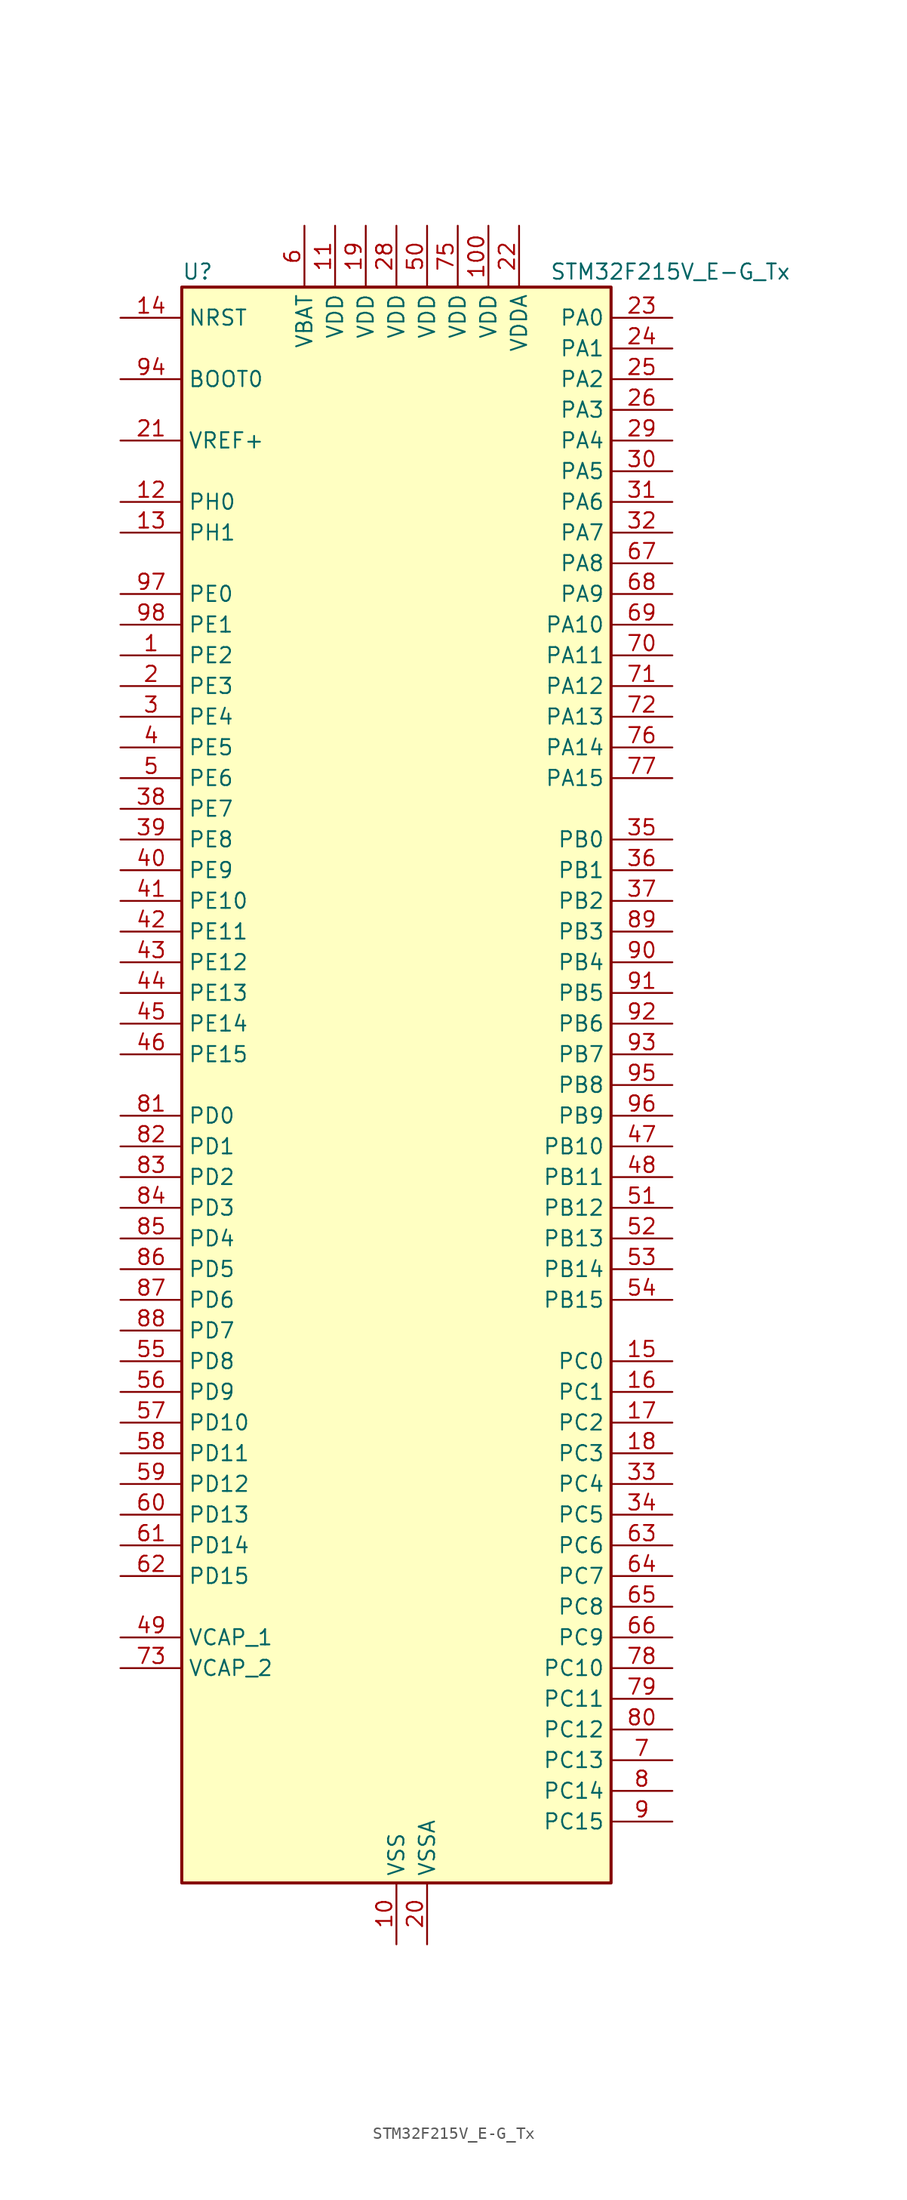
<source format=kicad_sym>
(kicad_symbol_lib
  (version 20231120)
  (generator "kicad_symbol_editor")
  (generator_version "8.0")
  (symbol "STM32F215V_E-G_Tx"
    (property "Reference" "U"
      (at -17.78 67.31 0)
      (effects (font (size 1.27 1.27)) (justify left)))
    (property "Value" "STM32F215V_E-G_Tx"
      (at 12.7 67.31 0)
      (effects (font (size 1.27 1.27)) (justify left)))
    (property "ki_locked" ""
      (at 0 0 0)
      (effects (font (size 1.27 1.27))))
    (symbol "STM32F215V_E-G_Tx_0_1"
      (rectangle (start -17.78 -66.04) (end 17.78 66.04) (stroke (width 0.254) (type default)) (fill (type background))))
    (symbol "STM32F215V_E-G_Tx_1_1"
      (pin bidirectional line (at -22.86 35.56 0) (length 5.08) (name "PE2" (effects (font (size 1.27 1.27)))) (number "1" (effects (font (size 1.27 1.27)))) (alternate "FSMC_A23" bidirectional line) (alternate "SYS_TRACECLK" bidirectional line))
      (pin power_in line (at 0 -71.12 90) (length 5.08) (name "VSS" (effects (font (size 1.27 1.27)))) (number "10" (effects (font (size 1.27 1.27)))))
      (pin power_in line (at 7.62 71.12 270) (length 5.08) (name "VDD" (effects (font (size 1.27 1.27)))) (number "100" (effects (font (size 1.27 1.27)))))
      (pin power_in line (at -5.08 71.12 270) (length 5.08) (name "VDD" (effects (font (size 1.27 1.27)))) (number "11" (effects (font (size 1.27 1.27)))))
      (pin bidirectional line (at -22.86 48.26 0) (length 5.08) (name "PH0" (effects (font (size 1.27 1.27)))) (number "12" (effects (font (size 1.27 1.27)))) (alternate "RCC_OSC_IN" bidirectional line))
      (pin bidirectional line (at -22.86 45.72 0) (length 5.08) (name "PH1" (effects (font (size 1.27 1.27)))) (number "13" (effects (font (size 1.27 1.27)))) (alternate "RCC_OSC_OUT" bidirectional line))
      (pin input line (at -22.86 63.5 0) (length 5.08) (name "NRST" (effects (font (size 1.27 1.27)))) (number "14" (effects (font (size 1.27 1.27)))))
      (pin bidirectional line (at 22.86 -22.86 180) (length 5.08) (name "PC0" (effects (font (size 1.27 1.27)))) (number "15" (effects (font (size 1.27 1.27)))) (alternate "ADC1_IN10" bidirectional line) (alternate "ADC2_IN10" bidirectional line) (alternate "ADC3_IN10" bidirectional line) (alternate "USB_OTG_HS_ULPI_STP" bidirectional line))
      (pin bidirectional line (at 22.86 -25.4 180) (length 5.08) (name "PC1" (effects (font (size 1.27 1.27)))) (number "16" (effects (font (size 1.27 1.27)))) (alternate "ADC1_IN11" bidirectional line) (alternate "ADC2_IN11" bidirectional line) (alternate "ADC3_IN11" bidirectional line))
      (pin bidirectional line (at 22.86 -27.94 180) (length 5.08) (name "PC2" (effects (font (size 1.27 1.27)))) (number "17" (effects (font (size 1.27 1.27)))) (alternate "ADC1_IN12" bidirectional line) (alternate "ADC2_IN12" bidirectional line) (alternate "ADC3_IN12" bidirectional line) (alternate "SPI2_MISO" bidirectional line) (alternate "USB_OTG_HS_ULPI_DIR" bidirectional line))
      (pin bidirectional line (at 22.86 -30.48 180) (length 5.08) (name "PC3" (effects (font (size 1.27 1.27)))) (number "18" (effects (font (size 1.27 1.27)))) (alternate "ADC1_IN13" bidirectional line) (alternate "ADC2_IN13" bidirectional line) (alternate "ADC3_IN13" bidirectional line) (alternate "I2S2_SD" bidirectional line) (alternate "SPI2_MOSI" bidirectional line) (alternate "USB_OTG_HS_ULPI_NXT" bidirectional line))
      (pin power_in line (at -2.54 71.12 270) (length 5.08) (name "VDD" (effects (font (size 1.27 1.27)))) (number "19" (effects (font (size 1.27 1.27)))))
      (pin bidirectional line (at -22.86 33.02 0) (length 5.08) (name "PE3" (effects (font (size 1.27 1.27)))) (number "2" (effects (font (size 1.27 1.27)))) (alternate "FSMC_A19" bidirectional line) (alternate "SYS_TRACED0" bidirectional line))
      (pin power_in line (at 2.54 -71.12 90) (length 5.08) (name "VSSA" (effects (font (size 1.27 1.27)))) (number "20" (effects (font (size 1.27 1.27)))))
      (pin input line (at -22.86 53.34 0) (length 5.08) (name "VREF+" (effects (font (size 1.27 1.27)))) (number "21" (effects (font (size 1.27 1.27)))))
      (pin power_in line (at 10.16 71.12 270) (length 5.08) (name "VDDA" (effects (font (size 1.27 1.27)))) (number "22" (effects (font (size 1.27 1.27)))))
      (pin bidirectional line (at 22.86 63.5 180) (length 5.08) (name "PA0" (effects (font (size 1.27 1.27)))) (number "23" (effects (font (size 1.27 1.27)))) (alternate "ADC1_IN0" bidirectional line) (alternate "ADC2_IN0" bidirectional line) (alternate "ADC3_IN0" bidirectional line) (alternate "SYS_WKUP" bidirectional line) (alternate "TIM2_CH1" bidirectional line) (alternate "TIM2_ETR" bidirectional line) (alternate "TIM5_CH1" bidirectional line) (alternate "TIM8_ETR" bidirectional line) (alternate "UART4_TX" bidirectional line) (alternate "USART2_CTS" bidirectional line))
      (pin bidirectional line (at 22.86 60.96 180) (length 5.08) (name "PA1" (effects (font (size 1.27 1.27)))) (number "24" (effects (font (size 1.27 1.27)))) (alternate "ADC1_IN1" bidirectional line) (alternate "ADC2_IN1" bidirectional line) (alternate "ADC3_IN1" bidirectional line) (alternate "TIM2_CH2" bidirectional line) (alternate "TIM5_CH2" bidirectional line) (alternate "UART4_RX" bidirectional line) (alternate "USART2_RTS" bidirectional line))
      (pin bidirectional line (at 22.86 58.42 180) (length 5.08) (name "PA2" (effects (font (size 1.27 1.27)))) (number "25" (effects (font (size 1.27 1.27)))) (alternate "ADC1_IN2" bidirectional line) (alternate "ADC2_IN2" bidirectional line) (alternate "ADC3_IN2" bidirectional line) (alternate "TIM2_CH3" bidirectional line) (alternate "TIM5_CH3" bidirectional line) (alternate "TIM9_CH1" bidirectional line) (alternate "USART2_TX" bidirectional line))
      (pin bidirectional line (at 22.86 55.88 180) (length 5.08) (name "PA3" (effects (font (size 1.27 1.27)))) (number "26" (effects (font (size 1.27 1.27)))) (alternate "ADC1_IN3" bidirectional line) (alternate "ADC2_IN3" bidirectional line) (alternate "ADC3_IN3" bidirectional line) (alternate "TIM2_CH4" bidirectional line) (alternate "TIM5_CH4" bidirectional line) (alternate "TIM9_CH2" bidirectional line) (alternate "USART2_RX" bidirectional line) (alternate "USB_OTG_HS_ULPI_D0" bidirectional line))
      (pin passive line (at 0 -71.12 90) (length 5.08) hide (name "VSS" (effects (font (size 1.27 1.27)))) (number "27" (effects (font (size 1.27 1.27)))))
      (pin power_in line (at 0 71.12 270) (length 5.08) (name "VDD" (effects (font (size 1.27 1.27)))) (number "28" (effects (font (size 1.27 1.27)))))
      (pin bidirectional line (at 22.86 53.34 180) (length 5.08) (name "PA4" (effects (font (size 1.27 1.27)))) (number "29" (effects (font (size 1.27 1.27)))) (alternate "ADC1_IN4" bidirectional line) (alternate "ADC2_IN4" bidirectional line) (alternate "DAC_OUT1" bidirectional line) (alternate "I2S3_WS" bidirectional line) (alternate "SPI1_NSS" bidirectional line) (alternate "SPI3_NSS" bidirectional line) (alternate "USART2_CK" bidirectional line) (alternate "USB_OTG_HS_SOF" bidirectional line))
      (pin bidirectional line (at -22.86 30.48 0) (length 5.08) (name "PE4" (effects (font (size 1.27 1.27)))) (number "3" (effects (font (size 1.27 1.27)))) (alternate "FSMC_A20" bidirectional line) (alternate "SYS_TRACED1" bidirectional line))
      (pin bidirectional line (at 22.86 50.8 180) (length 5.08) (name "PA5" (effects (font (size 1.27 1.27)))) (number "30" (effects (font (size 1.27 1.27)))) (alternate "ADC1_IN5" bidirectional line) (alternate "ADC2_IN5" bidirectional line) (alternate "DAC_OUT2" bidirectional line) (alternate "SPI1_SCK" bidirectional line) (alternate "TIM2_CH1" bidirectional line) (alternate "TIM2_ETR" bidirectional line) (alternate "TIM8_CH1N" bidirectional line) (alternate "USB_OTG_HS_ULPI_CK" bidirectional line))
      (pin bidirectional line (at 22.86 48.26 180) (length 5.08) (name "PA6" (effects (font (size 1.27 1.27)))) (number "31" (effects (font (size 1.27 1.27)))) (alternate "ADC1_IN6" bidirectional line) (alternate "ADC2_IN6" bidirectional line) (alternate "SPI1_MISO" bidirectional line) (alternate "TIM13_CH1" bidirectional line) (alternate "TIM1_BKIN" bidirectional line) (alternate "TIM3_CH1" bidirectional line) (alternate "TIM8_BKIN" bidirectional line))
      (pin bidirectional line (at 22.86 45.72 180) (length 5.08) (name "PA7" (effects (font (size 1.27 1.27)))) (number "32" (effects (font (size 1.27 1.27)))) (alternate "ADC1_IN7" bidirectional line) (alternate "ADC2_IN7" bidirectional line) (alternate "SPI1_MOSI" bidirectional line) (alternate "TIM14_CH1" bidirectional line) (alternate "TIM1_CH1N" bidirectional line) (alternate "TIM3_CH2" bidirectional line) (alternate "TIM8_CH1N" bidirectional line))
      (pin bidirectional line (at 22.86 -33.02 180) (length 5.08) (name "PC4" (effects (font (size 1.27 1.27)))) (number "33" (effects (font (size 1.27 1.27)))) (alternate "ADC1_IN14" bidirectional line) (alternate "ADC2_IN14" bidirectional line))
      (pin bidirectional line (at 22.86 -35.56 180) (length 5.08) (name "PC5" (effects (font (size 1.27 1.27)))) (number "34" (effects (font (size 1.27 1.27)))) (alternate "ADC1_IN15" bidirectional line) (alternate "ADC2_IN15" bidirectional line))
      (pin bidirectional line (at 22.86 20.32 180) (length 5.08) (name "PB0" (effects (font (size 1.27 1.27)))) (number "35" (effects (font (size 1.27 1.27)))) (alternate "ADC1_IN8" bidirectional line) (alternate "ADC2_IN8" bidirectional line) (alternate "TIM1_CH2N" bidirectional line) (alternate "TIM3_CH3" bidirectional line) (alternate "TIM8_CH2N" bidirectional line) (alternate "USB_OTG_HS_ULPI_D1" bidirectional line))
      (pin bidirectional line (at 22.86 17.78 180) (length 5.08) (name "PB1" (effects (font (size 1.27 1.27)))) (number "36" (effects (font (size 1.27 1.27)))) (alternate "ADC1_IN9" bidirectional line) (alternate "ADC2_IN9" bidirectional line) (alternate "TIM1_CH3N" bidirectional line) (alternate "TIM3_CH4" bidirectional line) (alternate "TIM8_CH3N" bidirectional line) (alternate "USB_OTG_HS_ULPI_D2" bidirectional line))
      (pin bidirectional line (at 22.86 15.24 180) (length 5.08) (name "PB2" (effects (font (size 1.27 1.27)))) (number "37" (effects (font (size 1.27 1.27)))))
      (pin bidirectional line (at -22.86 22.86 0) (length 5.08) (name "PE7" (effects (font (size 1.27 1.27)))) (number "38" (effects (font (size 1.27 1.27)))) (alternate "FSMC_D4" bidirectional line) (alternate "FSMC_DA4" bidirectional line) (alternate "TIM1_ETR" bidirectional line))
      (pin bidirectional line (at -22.86 20.32 0) (length 5.08) (name "PE8" (effects (font (size 1.27 1.27)))) (number "39" (effects (font (size 1.27 1.27)))) (alternate "FSMC_D5" bidirectional line) (alternate "FSMC_DA5" bidirectional line) (alternate "TIM1_CH1N" bidirectional line))
      (pin bidirectional line (at -22.86 27.94 0) (length 5.08) (name "PE5" (effects (font (size 1.27 1.27)))) (number "4" (effects (font (size 1.27 1.27)))) (alternate "FSMC_A21" bidirectional line) (alternate "SYS_TRACED2" bidirectional line) (alternate "TIM9_CH1" bidirectional line))
      (pin bidirectional line (at -22.86 17.78 0) (length 5.08) (name "PE9" (effects (font (size 1.27 1.27)))) (number "40" (effects (font (size 1.27 1.27)))) (alternate "DAC_EXTI9" bidirectional line) (alternate "FSMC_D6" bidirectional line) (alternate "FSMC_DA6" bidirectional line) (alternate "TIM1_CH1" bidirectional line))
      (pin bidirectional line (at -22.86 15.24 0) (length 5.08) (name "PE10" (effects (font (size 1.27 1.27)))) (number "41" (effects (font (size 1.27 1.27)))) (alternate "FSMC_D7" bidirectional line) (alternate "FSMC_DA7" bidirectional line) (alternate "TIM1_CH2N" bidirectional line))
      (pin bidirectional line (at -22.86 12.7 0) (length 5.08) (name "PE11" (effects (font (size 1.27 1.27)))) (number "42" (effects (font (size 1.27 1.27)))) (alternate "ADC1_EXTI11" bidirectional line) (alternate "ADC2_EXTI11" bidirectional line) (alternate "ADC3_EXTI11" bidirectional line) (alternate "FSMC_D8" bidirectional line) (alternate "FSMC_DA8" bidirectional line) (alternate "TIM1_CH2" bidirectional line))
      (pin bidirectional line (at -22.86 10.16 0) (length 5.08) (name "PE12" (effects (font (size 1.27 1.27)))) (number "43" (effects (font (size 1.27 1.27)))) (alternate "FSMC_D9" bidirectional line) (alternate "FSMC_DA9" bidirectional line) (alternate "TIM1_CH3N" bidirectional line))
      (pin bidirectional line (at -22.86 7.62 0) (length 5.08) (name "PE13" (effects (font (size 1.27 1.27)))) (number "44" (effects (font (size 1.27 1.27)))) (alternate "FSMC_D10" bidirectional line) (alternate "FSMC_DA10" bidirectional line) (alternate "TIM1_CH3" bidirectional line))
      (pin bidirectional line (at -22.86 5.08 0) (length 5.08) (name "PE14" (effects (font (size 1.27 1.27)))) (number "45" (effects (font (size 1.27 1.27)))) (alternate "FSMC_D11" bidirectional line) (alternate "FSMC_DA11" bidirectional line) (alternate "TIM1_CH4" bidirectional line))
      (pin bidirectional line (at -22.86 2.54 0) (length 5.08) (name "PE15" (effects (font (size 1.27 1.27)))) (number "46" (effects (font (size 1.27 1.27)))) (alternate "ADC1_EXTI15" bidirectional line) (alternate "ADC2_EXTI15" bidirectional line) (alternate "ADC3_EXTI15" bidirectional line) (alternate "FSMC_D12" bidirectional line) (alternate "FSMC_DA12" bidirectional line) (alternate "TIM1_BKIN" bidirectional line))
      (pin bidirectional line (at 22.86 -5.08 180) (length 5.08) (name "PB10" (effects (font (size 1.27 1.27)))) (number "47" (effects (font (size 1.27 1.27)))) (alternate "I2C2_SCL" bidirectional line) (alternate "I2S2_SCK" bidirectional line) (alternate "SPI2_SCK" bidirectional line) (alternate "TIM2_CH3" bidirectional line) (alternate "USART3_TX" bidirectional line) (alternate "USB_OTG_HS_ULPI_D3" bidirectional line))
      (pin bidirectional line (at 22.86 -7.62 180) (length 5.08) (name "PB11" (effects (font (size 1.27 1.27)))) (number "48" (effects (font (size 1.27 1.27)))) (alternate "ADC1_EXTI11" bidirectional line) (alternate "ADC2_EXTI11" bidirectional line) (alternate "ADC3_EXTI11" bidirectional line) (alternate "I2C2_SDA" bidirectional line) (alternate "TIM2_CH4" bidirectional line) (alternate "USART3_RX" bidirectional line) (alternate "USB_OTG_HS_ULPI_D4" bidirectional line))
      (pin power_out line (at -22.86 -45.72 0) (length 5.08) (name "VCAP_1" (effects (font (size 1.27 1.27)))) (number "49" (effects (font (size 1.27 1.27)))))
      (pin bidirectional line (at -22.86 25.4 0) (length 5.08) (name "PE6" (effects (font (size 1.27 1.27)))) (number "5" (effects (font (size 1.27 1.27)))) (alternate "FSMC_A22" bidirectional line) (alternate "SYS_TRACED3" bidirectional line) (alternate "TIM9_CH2" bidirectional line))
      (pin power_in line (at 2.54 71.12 270) (length 5.08) (name "VDD" (effects (font (size 1.27 1.27)))) (number "50" (effects (font (size 1.27 1.27)))))
      (pin bidirectional line (at 22.86 -10.16 180) (length 5.08) (name "PB12" (effects (font (size 1.27 1.27)))) (number "51" (effects (font (size 1.27 1.27)))) (alternate "CAN2_RX" bidirectional line) (alternate "I2C2_SMBA" bidirectional line) (alternate "I2S2_WS" bidirectional line) (alternate "SPI2_NSS" bidirectional line) (alternate "TIM1_BKIN" bidirectional line) (alternate "USART3_CK" bidirectional line) (alternate "USB_OTG_HS_ID" bidirectional line) (alternate "USB_OTG_HS_ULPI_D5" bidirectional line))
      (pin bidirectional line (at 22.86 -12.7 180) (length 5.08) (name "PB13" (effects (font (size 1.27 1.27)))) (number "52" (effects (font (size 1.27 1.27)))) (alternate "CAN2_TX" bidirectional line) (alternate "I2S2_SCK" bidirectional line) (alternate "SPI2_SCK" bidirectional line) (alternate "TIM1_CH1N" bidirectional line) (alternate "USART3_CTS" bidirectional line) (alternate "USB_OTG_HS_ULPI_D6" bidirectional line) (alternate "USB_OTG_HS_VBUS" bidirectional line))
      (pin bidirectional line (at 22.86 -15.24 180) (length 5.08) (name "PB14" (effects (font (size 1.27 1.27)))) (number "53" (effects (font (size 1.27 1.27)))) (alternate "SPI2_MISO" bidirectional line) (alternate "TIM12_CH1" bidirectional line) (alternate "TIM1_CH2N" bidirectional line) (alternate "TIM8_CH2N" bidirectional line) (alternate "USART3_RTS" bidirectional line) (alternate "USB_OTG_HS_DM" bidirectional line))
      (pin bidirectional line (at 22.86 -17.78 180) (length 5.08) (name "PB15" (effects (font (size 1.27 1.27)))) (number "54" (effects (font (size 1.27 1.27)))) (alternate "ADC1_EXTI15" bidirectional line) (alternate "ADC2_EXTI15" bidirectional line) (alternate "ADC3_EXTI15" bidirectional line) (alternate "I2S2_SD" bidirectional line) (alternate "RTC_REFIN" bidirectional line) (alternate "SPI2_MOSI" bidirectional line) (alternate "TIM12_CH2" bidirectional line) (alternate "TIM1_CH3N" bidirectional line) (alternate "TIM8_CH3N" bidirectional line) (alternate "USB_OTG_HS_DP" bidirectional line))
      (pin bidirectional line (at -22.86 -22.86 0) (length 5.08) (name "PD8" (effects (font (size 1.27 1.27)))) (number "55" (effects (font (size 1.27 1.27)))) (alternate "FSMC_D13" bidirectional line) (alternate "FSMC_DA13" bidirectional line) (alternate "USART3_TX" bidirectional line))
      (pin bidirectional line (at -22.86 -25.4 0) (length 5.08) (name "PD9" (effects (font (size 1.27 1.27)))) (number "56" (effects (font (size 1.27 1.27)))) (alternate "DAC_EXTI9" bidirectional line) (alternate "FSMC_D14" bidirectional line) (alternate "FSMC_DA14" bidirectional line) (alternate "USART3_RX" bidirectional line))
      (pin bidirectional line (at -22.86 -27.94 0) (length 5.08) (name "PD10" (effects (font (size 1.27 1.27)))) (number "57" (effects (font (size 1.27 1.27)))) (alternate "FSMC_D15" bidirectional line) (alternate "FSMC_DA15" bidirectional line) (alternate "USART3_CK" bidirectional line))
      (pin bidirectional line (at -22.86 -30.48 0) (length 5.08) (name "PD11" (effects (font (size 1.27 1.27)))) (number "58" (effects (font (size 1.27 1.27)))) (alternate "ADC1_EXTI11" bidirectional line) (alternate "ADC2_EXTI11" bidirectional line) (alternate "ADC3_EXTI11" bidirectional line) (alternate "FSMC_A16" bidirectional line) (alternate "FSMC_CLE" bidirectional line) (alternate "USART3_CTS" bidirectional line))
      (pin bidirectional line (at -22.86 -33.02 0) (length 5.08) (name "PD12" (effects (font (size 1.27 1.27)))) (number "59" (effects (font (size 1.27 1.27)))) (alternate "FSMC_A17" bidirectional line) (alternate "FSMC_ALE" bidirectional line) (alternate "TIM4_CH1" bidirectional line) (alternate "USART3_RTS" bidirectional line))
      (pin power_in line (at -7.62 71.12 270) (length 5.08) (name "VBAT" (effects (font (size 1.27 1.27)))) (number "6" (effects (font (size 1.27 1.27)))))
      (pin bidirectional line (at -22.86 -35.56 0) (length 5.08) (name "PD13" (effects (font (size 1.27 1.27)))) (number "60" (effects (font (size 1.27 1.27)))) (alternate "FSMC_A18" bidirectional line) (alternate "TIM4_CH2" bidirectional line))
      (pin bidirectional line (at -22.86 -38.1 0) (length 5.08) (name "PD14" (effects (font (size 1.27 1.27)))) (number "61" (effects (font (size 1.27 1.27)))) (alternate "FSMC_D0" bidirectional line) (alternate "FSMC_DA0" bidirectional line) (alternate "TIM4_CH3" bidirectional line))
      (pin bidirectional line (at -22.86 -40.64 0) (length 5.08) (name "PD15" (effects (font (size 1.27 1.27)))) (number "62" (effects (font (size 1.27 1.27)))) (alternate "ADC1_EXTI15" bidirectional line) (alternate "ADC2_EXTI15" bidirectional line) (alternate "ADC3_EXTI15" bidirectional line) (alternate "FSMC_D1" bidirectional line) (alternate "FSMC_DA1" bidirectional line) (alternate "TIM4_CH4" bidirectional line))
      (pin bidirectional line (at 22.86 -38.1 180) (length 5.08) (name "PC6" (effects (font (size 1.27 1.27)))) (number "63" (effects (font (size 1.27 1.27)))) (alternate "I2S2_MCK" bidirectional line) (alternate "SDIO_D6" bidirectional line) (alternate "TIM3_CH1" bidirectional line) (alternate "TIM8_CH1" bidirectional line) (alternate "USART6_TX" bidirectional line))
      (pin bidirectional line (at 22.86 -40.64 180) (length 5.08) (name "PC7" (effects (font (size 1.27 1.27)))) (number "64" (effects (font (size 1.27 1.27)))) (alternate "I2S3_MCK" bidirectional line) (alternate "SDIO_D7" bidirectional line) (alternate "TIM3_CH2" bidirectional line) (alternate "TIM8_CH2" bidirectional line) (alternate "USART6_RX" bidirectional line))
      (pin bidirectional line (at 22.86 -43.18 180) (length 5.08) (name "PC8" (effects (font (size 1.27 1.27)))) (number "65" (effects (font (size 1.27 1.27)))) (alternate "SDIO_D0" bidirectional line) (alternate "TIM3_CH3" bidirectional line) (alternate "TIM8_CH3" bidirectional line) (alternate "USART6_CK" bidirectional line))
      (pin bidirectional line (at 22.86 -45.72 180) (length 5.08) (name "PC9" (effects (font (size 1.27 1.27)))) (number "66" (effects (font (size 1.27 1.27)))) (alternate "DAC_EXTI9" bidirectional line) (alternate "I2C3_SDA" bidirectional line) (alternate "I2S_CKIN" bidirectional line) (alternate "RCC_MCO_2" bidirectional line) (alternate "SDIO_D1" bidirectional line) (alternate "TIM3_CH4" bidirectional line) (alternate "TIM8_CH4" bidirectional line))
      (pin bidirectional line (at 22.86 43.18 180) (length 5.08) (name "PA8" (effects (font (size 1.27 1.27)))) (number "67" (effects (font (size 1.27 1.27)))) (alternate "I2C3_SCL" bidirectional line) (alternate "RCC_MCO_1" bidirectional line) (alternate "TIM1_CH1" bidirectional line) (alternate "USART1_CK" bidirectional line) (alternate "USB_OTG_FS_SOF" bidirectional line))
      (pin bidirectional line (at 22.86 40.64 180) (length 5.08) (name "PA9" (effects (font (size 1.27 1.27)))) (number "68" (effects (font (size 1.27 1.27)))) (alternate "DAC_EXTI9" bidirectional line) (alternate "I2C3_SMBA" bidirectional line) (alternate "TIM1_CH2" bidirectional line) (alternate "USART1_TX" bidirectional line) (alternate "USB_OTG_FS_VBUS" bidirectional line))
      (pin bidirectional line (at 22.86 38.1 180) (length 5.08) (name "PA10" (effects (font (size 1.27 1.27)))) (number "69" (effects (font (size 1.27 1.27)))) (alternate "TIM1_CH3" bidirectional line) (alternate "USART1_RX" bidirectional line) (alternate "USB_OTG_FS_ID" bidirectional line))
      (pin bidirectional line (at 22.86 -55.88 180) (length 5.08) (name "PC13" (effects (font (size 1.27 1.27)))) (number "7" (effects (font (size 1.27 1.27)))) (alternate "RTC_AF1" bidirectional line))
      (pin bidirectional line (at 22.86 35.56 180) (length 5.08) (name "PA11" (effects (font (size 1.27 1.27)))) (number "70" (effects (font (size 1.27 1.27)))) (alternate "ADC1_EXTI11" bidirectional line) (alternate "ADC2_EXTI11" bidirectional line) (alternate "ADC3_EXTI11" bidirectional line) (alternate "CAN1_RX" bidirectional line) (alternate "TIM1_CH4" bidirectional line) (alternate "USART1_CTS" bidirectional line) (alternate "USB_OTG_FS_DM" bidirectional line))
      (pin bidirectional line (at 22.86 33.02 180) (length 5.08) (name "PA12" (effects (font (size 1.27 1.27)))) (number "71" (effects (font (size 1.27 1.27)))) (alternate "CAN1_TX" bidirectional line) (alternate "TIM1_ETR" bidirectional line) (alternate "USART1_RTS" bidirectional line) (alternate "USB_OTG_FS_DP" bidirectional line))
      (pin bidirectional line (at 22.86 30.48 180) (length 5.08) (name "PA13" (effects (font (size 1.27 1.27)))) (number "72" (effects (font (size 1.27 1.27)))) (alternate "SYS_JTMS-SWDIO" bidirectional line))
      (pin power_out line (at -22.86 -48.26 0) (length 5.08) (name "VCAP_2" (effects (font (size 1.27 1.27)))) (number "73" (effects (font (size 1.27 1.27)))))
      (pin passive line (at 0 -71.12 90) (length 5.08) hide (name "VSS" (effects (font (size 1.27 1.27)))) (number "74" (effects (font (size 1.27 1.27)))))
      (pin power_in line (at 5.08 71.12 270) (length 5.08) (name "VDD" (effects (font (size 1.27 1.27)))) (number "75" (effects (font (size 1.27 1.27)))))
      (pin bidirectional line (at 22.86 27.94 180) (length 5.08) (name "PA14" (effects (font (size 1.27 1.27)))) (number "76" (effects (font (size 1.27 1.27)))) (alternate "SYS_JTCK-SWCLK" bidirectional line))
      (pin bidirectional line (at 22.86 25.4 180) (length 5.08) (name "PA15" (effects (font (size 1.27 1.27)))) (number "77" (effects (font (size 1.27 1.27)))) (alternate "ADC1_EXTI15" bidirectional line) (alternate "ADC2_EXTI15" bidirectional line) (alternate "ADC3_EXTI15" bidirectional line) (alternate "I2S3_WS" bidirectional line) (alternate "SPI1_NSS" bidirectional line) (alternate "SPI3_NSS" bidirectional line) (alternate "SYS_JTDI" bidirectional line) (alternate "TIM2_CH1" bidirectional line) (alternate "TIM2_ETR" bidirectional line))
      (pin bidirectional line (at 22.86 -48.26 180) (length 5.08) (name "PC10" (effects (font (size 1.27 1.27)))) (number "78" (effects (font (size 1.27 1.27)))) (alternate "I2S3_SCK" bidirectional line) (alternate "SDIO_D2" bidirectional line) (alternate "SPI3_SCK" bidirectional line) (alternate "UART4_TX" bidirectional line) (alternate "USART3_TX" bidirectional line))
      (pin bidirectional line (at 22.86 -50.8 180) (length 5.08) (name "PC11" (effects (font (size 1.27 1.27)))) (number "79" (effects (font (size 1.27 1.27)))) (alternate "ADC1_EXTI11" bidirectional line) (alternate "ADC2_EXTI11" bidirectional line) (alternate "ADC3_EXTI11" bidirectional line) (alternate "SDIO_D3" bidirectional line) (alternate "SPI3_MISO" bidirectional line) (alternate "UART4_RX" bidirectional line) (alternate "USART3_RX" bidirectional line))
      (pin bidirectional line (at 22.86 -58.42 180) (length 5.08) (name "PC14" (effects (font (size 1.27 1.27)))) (number "8" (effects (font (size 1.27 1.27)))) (alternate "RCC_OSC32_IN" bidirectional line))
      (pin bidirectional line (at 22.86 -53.34 180) (length 5.08) (name "PC12" (effects (font (size 1.27 1.27)))) (number "80" (effects (font (size 1.27 1.27)))) (alternate "I2S3_SD" bidirectional line) (alternate "SDIO_CK" bidirectional line) (alternate "SPI3_MOSI" bidirectional line) (alternate "UART5_TX" bidirectional line) (alternate "USART3_CK" bidirectional line))
      (pin bidirectional line (at -22.86 -2.54 0) (length 5.08) (name "PD0" (effects (font (size 1.27 1.27)))) (number "81" (effects (font (size 1.27 1.27)))) (alternate "CAN1_RX" bidirectional line) (alternate "FSMC_D2" bidirectional line) (alternate "FSMC_DA2" bidirectional line))
      (pin bidirectional line (at -22.86 -5.08 0) (length 5.08) (name "PD1" (effects (font (size 1.27 1.27)))) (number "82" (effects (font (size 1.27 1.27)))) (alternate "CAN1_TX" bidirectional line) (alternate "FSMC_D3" bidirectional line) (alternate "FSMC_DA3" bidirectional line))
      (pin bidirectional line (at -22.86 -7.62 0) (length 5.08) (name "PD2" (effects (font (size 1.27 1.27)))) (number "83" (effects (font (size 1.27 1.27)))) (alternate "SDIO_CMD" bidirectional line) (alternate "TIM3_ETR" bidirectional line) (alternate "UART5_RX" bidirectional line))
      (pin bidirectional line (at -22.86 -10.16 0) (length 5.08) (name "PD3" (effects (font (size 1.27 1.27)))) (number "84" (effects (font (size 1.27 1.27)))) (alternate "FSMC_CLK" bidirectional line) (alternate "USART2_CTS" bidirectional line))
      (pin bidirectional line (at -22.86 -12.7 0) (length 5.08) (name "PD4" (effects (font (size 1.27 1.27)))) (number "85" (effects (font (size 1.27 1.27)))) (alternate "FSMC_NOE" bidirectional line) (alternate "USART2_RTS" bidirectional line))
      (pin bidirectional line (at -22.86 -15.24 0) (length 5.08) (name "PD5" (effects (font (size 1.27 1.27)))) (number "86" (effects (font (size 1.27 1.27)))) (alternate "FSMC_NWE" bidirectional line) (alternate "USART2_TX" bidirectional line))
      (pin bidirectional line (at -22.86 -17.78 0) (length 5.08) (name "PD6" (effects (font (size 1.27 1.27)))) (number "87" (effects (font (size 1.27 1.27)))) (alternate "FSMC_NWAIT" bidirectional line) (alternate "USART2_RX" bidirectional line))
      (pin bidirectional line (at -22.86 -20.32 0) (length 5.08) (name "PD7" (effects (font (size 1.27 1.27)))) (number "88" (effects (font (size 1.27 1.27)))) (alternate "FSMC_NCE2" bidirectional line) (alternate "FSMC_NE1" bidirectional line) (alternate "USART2_CK" bidirectional line))
      (pin bidirectional line (at 22.86 12.7 180) (length 5.08) (name "PB3" (effects (font (size 1.27 1.27)))) (number "89" (effects (font (size 1.27 1.27)))) (alternate "I2S3_SCK" bidirectional line) (alternate "SPI1_SCK" bidirectional line) (alternate "SPI3_SCK" bidirectional line) (alternate "SYS_JTDO-SWO" bidirectional line) (alternate "TIM2_CH2" bidirectional line))
      (pin bidirectional line (at 22.86 -60.96 180) (length 5.08) (name "PC15" (effects (font (size 1.27 1.27)))) (number "9" (effects (font (size 1.27 1.27)))) (alternate "ADC1_EXTI15" bidirectional line) (alternate "ADC2_EXTI15" bidirectional line) (alternate "ADC3_EXTI15" bidirectional line) (alternate "RCC_OSC32_OUT" bidirectional line))
      (pin bidirectional line (at 22.86 10.16 180) (length 5.08) (name "PB4" (effects (font (size 1.27 1.27)))) (number "90" (effects (font (size 1.27 1.27)))) (alternate "SPI1_MISO" bidirectional line) (alternate "SPI3_MISO" bidirectional line) (alternate "SYS_JTRST" bidirectional line) (alternate "TIM3_CH1" bidirectional line))
      (pin bidirectional line (at 22.86 7.62 180) (length 5.08) (name "PB5" (effects (font (size 1.27 1.27)))) (number "91" (effects (font (size 1.27 1.27)))) (alternate "CAN2_RX" bidirectional line) (alternate "I2C1_SMBA" bidirectional line) (alternate "I2S3_SD" bidirectional line) (alternate "SPI1_MOSI" bidirectional line) (alternate "SPI3_MOSI" bidirectional line) (alternate "TIM3_CH2" bidirectional line) (alternate "USB_OTG_HS_ULPI_D7" bidirectional line))
      (pin bidirectional line (at 22.86 5.08 180) (length 5.08) (name "PB6" (effects (font (size 1.27 1.27)))) (number "92" (effects (font (size 1.27 1.27)))) (alternate "CAN2_TX" bidirectional line) (alternate "I2C1_SCL" bidirectional line) (alternate "TIM4_CH1" bidirectional line) (alternate "USART1_TX" bidirectional line))
      (pin bidirectional line (at 22.86 2.54 180) (length 5.08) (name "PB7" (effects (font (size 1.27 1.27)))) (number "93" (effects (font (size 1.27 1.27)))) (alternate "FSMC_NL" bidirectional line) (alternate "I2C1_SDA" bidirectional line) (alternate "TIM4_CH2" bidirectional line) (alternate "USART1_RX" bidirectional line))
      (pin input line (at -22.86 58.42 0) (length 5.08) (name "BOOT0" (effects (font (size 1.27 1.27)))) (number "94" (effects (font (size 1.27 1.27)))))
      (pin bidirectional line (at 22.86 0 180) (length 5.08) (name "PB8" (effects (font (size 1.27 1.27)))) (number "95" (effects (font (size 1.27 1.27)))) (alternate "CAN1_RX" bidirectional line) (alternate "I2C1_SCL" bidirectional line) (alternate "SDIO_D4" bidirectional line) (alternate "TIM10_CH1" bidirectional line) (alternate "TIM4_CH3" bidirectional line))
      (pin bidirectional line (at 22.86 -2.54 180) (length 5.08) (name "PB9" (effects (font (size 1.27 1.27)))) (number "96" (effects (font (size 1.27 1.27)))) (alternate "CAN1_TX" bidirectional line) (alternate "DAC_EXTI9" bidirectional line) (alternate "I2C1_SDA" bidirectional line) (alternate "I2S2_WS" bidirectional line) (alternate "SDIO_D5" bidirectional line) (alternate "SPI2_NSS" bidirectional line) (alternate "TIM11_CH1" bidirectional line) (alternate "TIM4_CH4" bidirectional line))
      (pin bidirectional line (at -22.86 40.64 0) (length 5.08) (name "PE0" (effects (font (size 1.27 1.27)))) (number "97" (effects (font (size 1.27 1.27)))) (alternate "FSMC_NBL0" bidirectional line) (alternate "TIM4_ETR" bidirectional line))
      (pin bidirectional line (at -22.86 38.1 0) (length 5.08) (name "PE1" (effects (font (size 1.27 1.27)))) (number "98" (effects (font (size 1.27 1.27)))) (alternate "FSMC_NBL1" bidirectional line))
      (pin no_connect line (at -17.78 -66.04 0) (length 5.08) hide (name "RFU" (effects (font (size 1.27 1.27)))) (number "99" (effects (font (size 1.27 1.27))))))))
</source>
